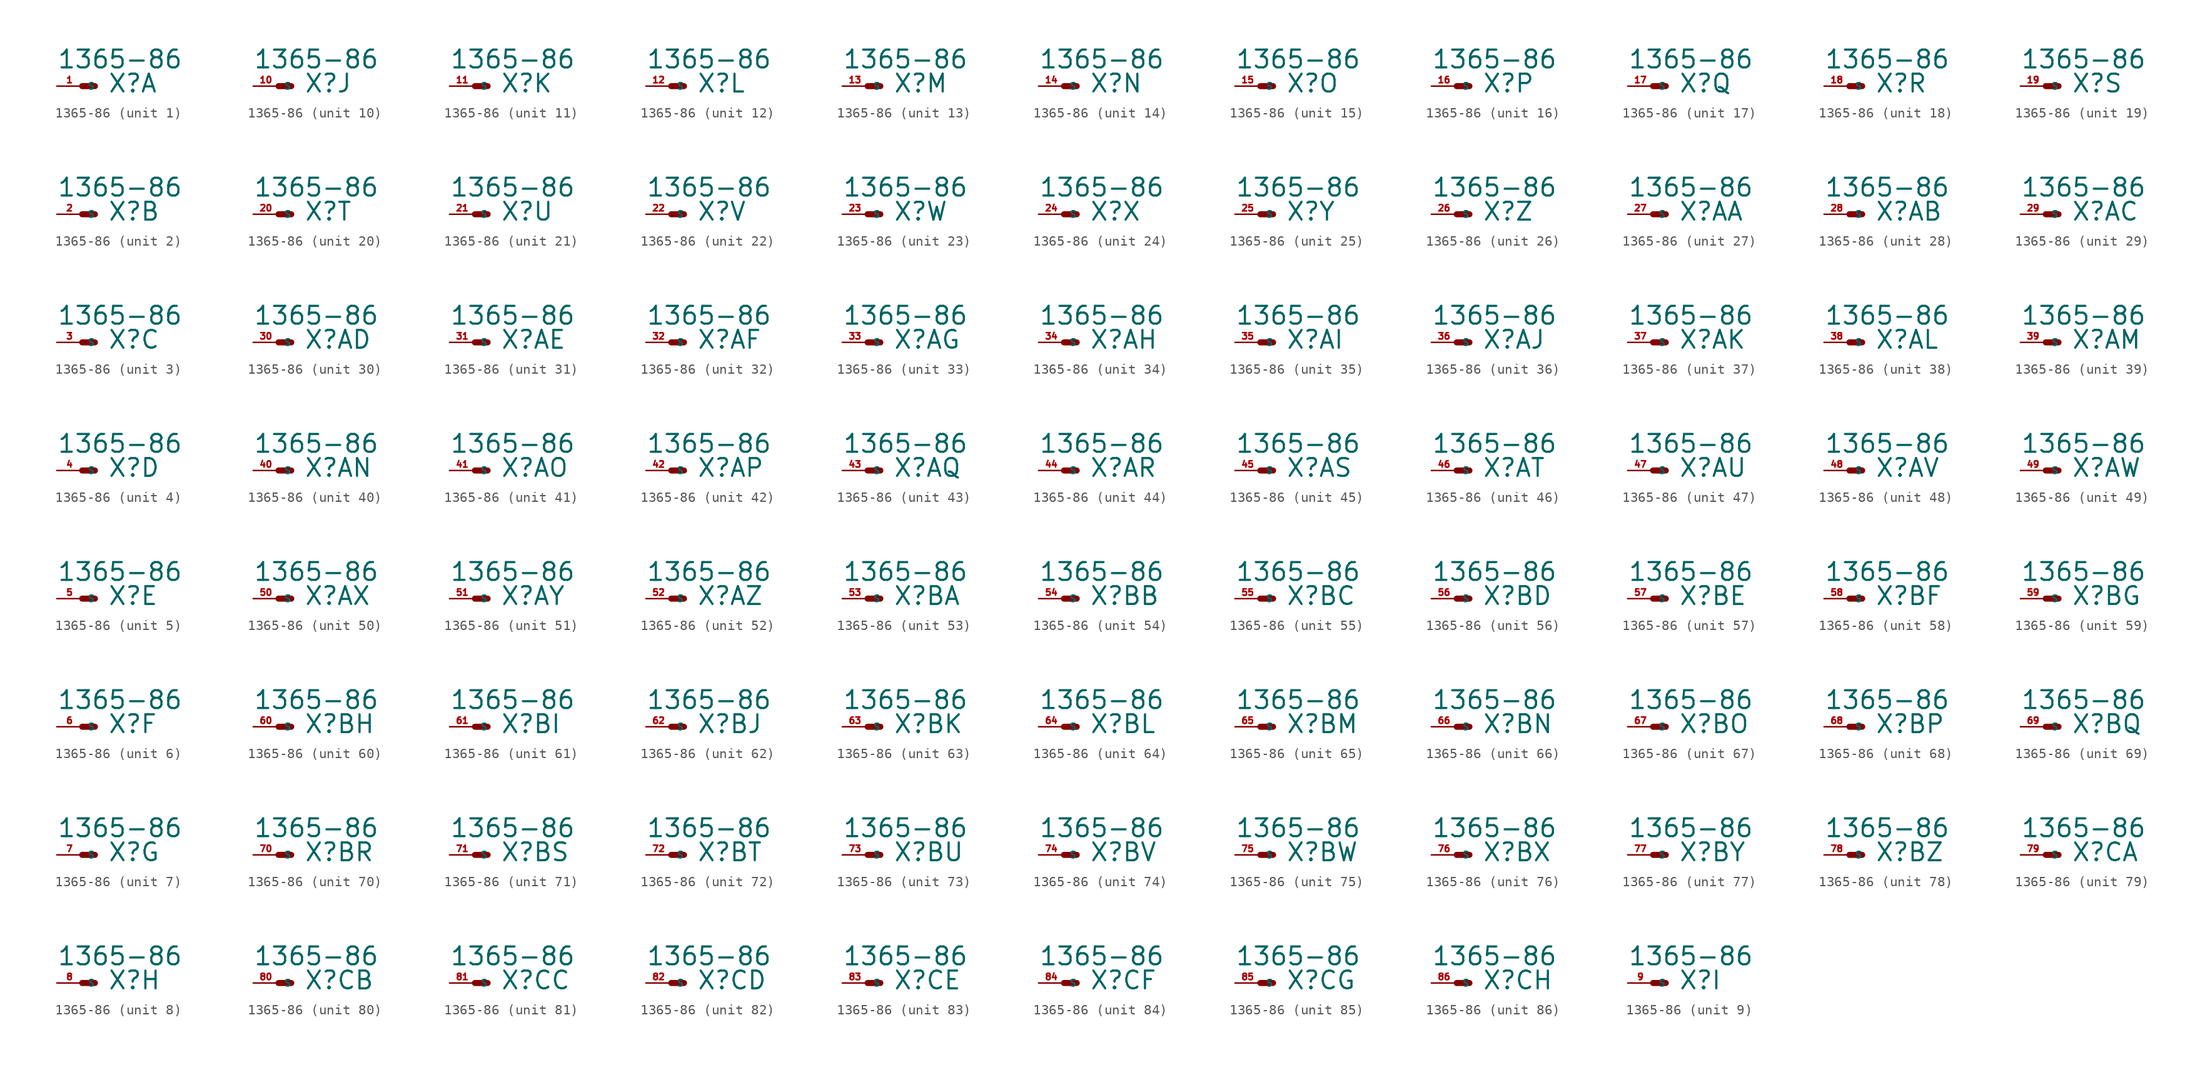
<source format=kicad_sym>
(kicad_symbol_lib
  (version 20220914)
  (generator Eagle2Kicad)
  (symbol "1365-86"
    (property "Reference" "X"
      (at 2.54 -0.762 0)
      (effects (font (size 1.778 1.778) (thickness 0.22)) (justify left bottom)))
    (property "Value" "1365-86"
      (at -2.54 1.651 0)
      (effects (font (size 1.778 1.778) (thickness 0.22)) (justify left bottom)))
    (symbol "1365-86_1_0"
      (polyline (pts (xy 0 0) (xy 1.27 0)) (stroke (width 0.61) (type default)) (fill (type none)))
      (pin passive line (at -2.54 0 0) (length 2.54) (name "S" (effects (font (size 0.635 0.635) (thickness 0.08)) (justify left bottom))) (number "1" (effects (font (size 0.635 0.635) (thickness 0.08)) (justify left bottom)))))
    (symbol "1365-86_2_0"
      (polyline (pts (xy 0 0) (xy 1.27 0)) (stroke (width 0.61) (type default)) (fill (type none)))
      (pin passive line (at -2.54 0 0) (length 2.54) (name "S" (effects (font (size 0.635 0.635) (thickness 0.08)) (justify left bottom))) (number "2" (effects (font (size 0.635 0.635) (thickness 0.08)) (justify left bottom)))))
    (symbol "1365-86_3_0"
      (polyline (pts (xy 0 0) (xy 1.27 0)) (stroke (width 0.61) (type default)) (fill (type none)))
      (pin passive line (at -2.54 0 0) (length 2.54) (name "S" (effects (font (size 0.635 0.635) (thickness 0.08)) (justify left bottom))) (number "3" (effects (font (size 0.635 0.635) (thickness 0.08)) (justify left bottom)))))
    (symbol "1365-86_4_0"
      (polyline (pts (xy 0 0) (xy 1.27 0)) (stroke (width 0.61) (type default)) (fill (type none)))
      (pin passive line (at -2.54 0 0) (length 2.54) (name "S" (effects (font (size 0.635 0.635) (thickness 0.08)) (justify left bottom))) (number "4" (effects (font (size 0.635 0.635) (thickness 0.08)) (justify left bottom)))))
    (symbol "1365-86_5_0"
      (polyline (pts (xy 0 0) (xy 1.27 0)) (stroke (width 0.61) (type default)) (fill (type none)))
      (pin passive line (at -2.54 0 0) (length 2.54) (name "S" (effects (font (size 0.635 0.635) (thickness 0.08)) (justify left bottom))) (number "5" (effects (font (size 0.635 0.635) (thickness 0.08)) (justify left bottom)))))
    (symbol "1365-86_6_0"
      (polyline (pts (xy 0 0) (xy 1.27 0)) (stroke (width 0.61) (type default)) (fill (type none)))
      (pin passive line (at -2.54 0 0) (length 2.54) (name "S" (effects (font (size 0.635 0.635) (thickness 0.08)) (justify left bottom))) (number "6" (effects (font (size 0.635 0.635) (thickness 0.08)) (justify left bottom)))))
    (symbol "1365-86_7_0"
      (polyline (pts (xy 0 0) (xy 1.27 0)) (stroke (width 0.61) (type default)) (fill (type none)))
      (pin passive line (at -2.54 0 0) (length 2.54) (name "S" (effects (font (size 0.635 0.635) (thickness 0.08)) (justify left bottom))) (number "7" (effects (font (size 0.635 0.635) (thickness 0.08)) (justify left bottom)))))
    (symbol "1365-86_8_0"
      (polyline (pts (xy 0 0) (xy 1.27 0)) (stroke (width 0.61) (type default)) (fill (type none)))
      (pin passive line (at -2.54 0 0) (length 2.54) (name "S" (effects (font (size 0.635 0.635) (thickness 0.08)) (justify left bottom))) (number "8" (effects (font (size 0.635 0.635) (thickness 0.08)) (justify left bottom)))))
    (symbol "1365-86_9_0"
      (polyline (pts (xy 0 0) (xy 1.27 0)) (stroke (width 0.61) (type default)) (fill (type none)))
      (pin passive line (at -2.54 0 0) (length 2.54) (name "S" (effects (font (size 0.635 0.635) (thickness 0.08)) (justify left bottom))) (number "9" (effects (font (size 0.635 0.635) (thickness 0.08)) (justify left bottom)))))
    (symbol "1365-86_10_0"
      (polyline (pts (xy 0 0) (xy 1.27 0)) (stroke (width 0.61) (type default)) (fill (type none)))
      (pin passive line (at -2.54 0 0) (length 2.54) (name "S" (effects (font (size 0.635 0.635) (thickness 0.08)) (justify left bottom))) (number "10" (effects (font (size 0.635 0.635) (thickness 0.08)) (justify left bottom)))))
    (symbol "1365-86_11_0"
      (polyline (pts (xy 0 0) (xy 1.27 0)) (stroke (width 0.61) (type default)) (fill (type none)))
      (pin passive line (at -2.54 0 0) (length 2.54) (name "S" (effects (font (size 0.635 0.635) (thickness 0.08)) (justify left bottom))) (number "11" (effects (font (size 0.635 0.635) (thickness 0.08)) (justify left bottom)))))
    (symbol "1365-86_12_0"
      (polyline (pts (xy 0 0) (xy 1.27 0)) (stroke (width 0.61) (type default)) (fill (type none)))
      (pin passive line (at -2.54 0 0) (length 2.54) (name "S" (effects (font (size 0.635 0.635) (thickness 0.08)) (justify left bottom))) (number "12" (effects (font (size 0.635 0.635) (thickness 0.08)) (justify left bottom)))))
    (symbol "1365-86_13_0"
      (polyline (pts (xy 0 0) (xy 1.27 0)) (stroke (width 0.61) (type default)) (fill (type none)))
      (pin passive line (at -2.54 0 0) (length 2.54) (name "S" (effects (font (size 0.635 0.635) (thickness 0.08)) (justify left bottom))) (number "13" (effects (font (size 0.635 0.635) (thickness 0.08)) (justify left bottom)))))
    (symbol "1365-86_14_0"
      (polyline (pts (xy 0 0) (xy 1.27 0)) (stroke (width 0.61) (type default)) (fill (type none)))
      (pin passive line (at -2.54 0 0) (length 2.54) (name "S" (effects (font (size 0.635 0.635) (thickness 0.08)) (justify left bottom))) (number "14" (effects (font (size 0.635 0.635) (thickness 0.08)) (justify left bottom)))))
    (symbol "1365-86_15_0"
      (polyline (pts (xy 0 0) (xy 1.27 0)) (stroke (width 0.61) (type default)) (fill (type none)))
      (pin passive line (at -2.54 0 0) (length 2.54) (name "S" (effects (font (size 0.635 0.635) (thickness 0.08)) (justify left bottom))) (number "15" (effects (font (size 0.635 0.635) (thickness 0.08)) (justify left bottom)))))
    (symbol "1365-86_16_0"
      (polyline (pts (xy 0 0) (xy 1.27 0)) (stroke (width 0.61) (type default)) (fill (type none)))
      (pin passive line (at -2.54 0 0) (length 2.54) (name "S" (effects (font (size 0.635 0.635) (thickness 0.08)) (justify left bottom))) (number "16" (effects (font (size 0.635 0.635) (thickness 0.08)) (justify left bottom)))))
    (symbol "1365-86_17_0"
      (polyline (pts (xy 0 0) (xy 1.27 0)) (stroke (width 0.61) (type default)) (fill (type none)))
      (pin passive line (at -2.54 0 0) (length 2.54) (name "S" (effects (font (size 0.635 0.635) (thickness 0.08)) (justify left bottom))) (number "17" (effects (font (size 0.635 0.635) (thickness 0.08)) (justify left bottom)))))
    (symbol "1365-86_18_0"
      (polyline (pts (xy 0 0) (xy 1.27 0)) (stroke (width 0.61) (type default)) (fill (type none)))
      (pin passive line (at -2.54 0 0) (length 2.54) (name "S" (effects (font (size 0.635 0.635) (thickness 0.08)) (justify left bottom))) (number "18" (effects (font (size 0.635 0.635) (thickness 0.08)) (justify left bottom)))))
    (symbol "1365-86_19_0"
      (polyline (pts (xy 0 0) (xy 1.27 0)) (stroke (width 0.61) (type default)) (fill (type none)))
      (pin passive line (at -2.54 0 0) (length 2.54) (name "S" (effects (font (size 0.635 0.635) (thickness 0.08)) (justify left bottom))) (number "19" (effects (font (size 0.635 0.635) (thickness 0.08)) (justify left bottom)))))
    (symbol "1365-86_20_0"
      (polyline (pts (xy 0 0) (xy 1.27 0)) (stroke (width 0.61) (type default)) (fill (type none)))
      (pin passive line (at -2.54 0 0) (length 2.54) (name "S" (effects (font (size 0.635 0.635) (thickness 0.08)) (justify left bottom))) (number "20" (effects (font (size 0.635 0.635) (thickness 0.08)) (justify left bottom)))))
    (symbol "1365-86_21_0"
      (polyline (pts (xy 0 0) (xy 1.27 0)) (stroke (width 0.61) (type default)) (fill (type none)))
      (pin passive line (at -2.54 0 0) (length 2.54) (name "S" (effects (font (size 0.635 0.635) (thickness 0.08)) (justify left bottom))) (number "21" (effects (font (size 0.635 0.635) (thickness 0.08)) (justify left bottom)))))
    (symbol "1365-86_22_0"
      (polyline (pts (xy 0 0) (xy 1.27 0)) (stroke (width 0.61) (type default)) (fill (type none)))
      (pin passive line (at -2.54 0 0) (length 2.54) (name "S" (effects (font (size 0.635 0.635) (thickness 0.08)) (justify left bottom))) (number "22" (effects (font (size 0.635 0.635) (thickness 0.08)) (justify left bottom)))))
    (symbol "1365-86_23_0"
      (polyline (pts (xy 0 0) (xy 1.27 0)) (stroke (width 0.61) (type default)) (fill (type none)))
      (pin passive line (at -2.54 0 0) (length 2.54) (name "S" (effects (font (size 0.635 0.635) (thickness 0.08)) (justify left bottom))) (number "23" (effects (font (size 0.635 0.635) (thickness 0.08)) (justify left bottom)))))
    (symbol "1365-86_24_0"
      (polyline (pts (xy 0 0) (xy 1.27 0)) (stroke (width 0.61) (type default)) (fill (type none)))
      (pin passive line (at -2.54 0 0) (length 2.54) (name "S" (effects (font (size 0.635 0.635) (thickness 0.08)) (justify left bottom))) (number "24" (effects (font (size 0.635 0.635) (thickness 0.08)) (justify left bottom)))))
    (symbol "1365-86_25_0"
      (polyline (pts (xy 0 0) (xy 1.27 0)) (stroke (width 0.61) (type default)) (fill (type none)))
      (pin passive line (at -2.54 0 0) (length 2.54) (name "S" (effects (font (size 0.635 0.635) (thickness 0.08)) (justify left bottom))) (number "25" (effects (font (size 0.635 0.635) (thickness 0.08)) (justify left bottom)))))
    (symbol "1365-86_26_0"
      (polyline (pts (xy 0 0) (xy 1.27 0)) (stroke (width 0.61) (type default)) (fill (type none)))
      (pin passive line (at -2.54 0 0) (length 2.54) (name "S" (effects (font (size 0.635 0.635) (thickness 0.08)) (justify left bottom))) (number "26" (effects (font (size 0.635 0.635) (thickness 0.08)) (justify left bottom)))))
    (symbol "1365-86_27_0"
      (polyline (pts (xy 0 0) (xy 1.27 0)) (stroke (width 0.61) (type default)) (fill (type none)))
      (pin passive line (at -2.54 0 0) (length 2.54) (name "S" (effects (font (size 0.635 0.635) (thickness 0.08)) (justify left bottom))) (number "27" (effects (font (size 0.635 0.635) (thickness 0.08)) (justify left bottom)))))
    (symbol "1365-86_28_0"
      (polyline (pts (xy 0 0) (xy 1.27 0)) (stroke (width 0.61) (type default)) (fill (type none)))
      (pin passive line (at -2.54 0 0) (length 2.54) (name "S" (effects (font (size 0.635 0.635) (thickness 0.08)) (justify left bottom))) (number "28" (effects (font (size 0.635 0.635) (thickness 0.08)) (justify left bottom)))))
    (symbol "1365-86_29_0"
      (polyline (pts (xy 0 0) (xy 1.27 0)) (stroke (width 0.61) (type default)) (fill (type none)))
      (pin passive line (at -2.54 0 0) (length 2.54) (name "S" (effects (font (size 0.635 0.635) (thickness 0.08)) (justify left bottom))) (number "29" (effects (font (size 0.635 0.635) (thickness 0.08)) (justify left bottom)))))
    (symbol "1365-86_30_0"
      (polyline (pts (xy 0 0) (xy 1.27 0)) (stroke (width 0.61) (type default)) (fill (type none)))
      (pin passive line (at -2.54 0 0) (length 2.54) (name "S" (effects (font (size 0.635 0.635) (thickness 0.08)) (justify left bottom))) (number "30" (effects (font (size 0.635 0.635) (thickness 0.08)) (justify left bottom)))))
    (symbol "1365-86_31_0"
      (polyline (pts (xy 0 0) (xy 1.27 0)) (stroke (width 0.61) (type default)) (fill (type none)))
      (pin passive line (at -2.54 0 0) (length 2.54) (name "S" (effects (font (size 0.635 0.635) (thickness 0.08)) (justify left bottom))) (number "31" (effects (font (size 0.635 0.635) (thickness 0.08)) (justify left bottom)))))
    (symbol "1365-86_32_0"
      (polyline (pts (xy 0 0) (xy 1.27 0)) (stroke (width 0.61) (type default)) (fill (type none)))
      (pin passive line (at -2.54 0 0) (length 2.54) (name "S" (effects (font (size 0.635 0.635) (thickness 0.08)) (justify left bottom))) (number "32" (effects (font (size 0.635 0.635) (thickness 0.08)) (justify left bottom)))))
    (symbol "1365-86_33_0"
      (polyline (pts (xy 0 0) (xy 1.27 0)) (stroke (width 0.61) (type default)) (fill (type none)))
      (pin passive line (at -2.54 0 0) (length 2.54) (name "S" (effects (font (size 0.635 0.635) (thickness 0.08)) (justify left bottom))) (number "33" (effects (font (size 0.635 0.635) (thickness 0.08)) (justify left bottom)))))
    (symbol "1365-86_34_0"
      (polyline (pts (xy 0 0) (xy 1.27 0)) (stroke (width 0.61) (type default)) (fill (type none)))
      (pin passive line (at -2.54 0 0) (length 2.54) (name "S" (effects (font (size 0.635 0.635) (thickness 0.08)) (justify left bottom))) (number "34" (effects (font (size 0.635 0.635) (thickness 0.08)) (justify left bottom)))))
    (symbol "1365-86_35_0"
      (polyline (pts (xy 0 0) (xy 1.27 0)) (stroke (width 0.61) (type default)) (fill (type none)))
      (pin passive line (at -2.54 0 0) (length 2.54) (name "S" (effects (font (size 0.635 0.635) (thickness 0.08)) (justify left bottom))) (number "35" (effects (font (size 0.635 0.635) (thickness 0.08)) (justify left bottom)))))
    (symbol "1365-86_36_0"
      (polyline (pts (xy 0 0) (xy 1.27 0)) (stroke (width 0.61) (type default)) (fill (type none)))
      (pin passive line (at -2.54 0 0) (length 2.54) (name "S" (effects (font (size 0.635 0.635) (thickness 0.08)) (justify left bottom))) (number "36" (effects (font (size 0.635 0.635) (thickness 0.08)) (justify left bottom)))))
    (symbol "1365-86_37_0"
      (polyline (pts (xy 0 0) (xy 1.27 0)) (stroke (width 0.61) (type default)) (fill (type none)))
      (pin passive line (at -2.54 0 0) (length 2.54) (name "S" (effects (font (size 0.635 0.635) (thickness 0.08)) (justify left bottom))) (number "37" (effects (font (size 0.635 0.635) (thickness 0.08)) (justify left bottom)))))
    (symbol "1365-86_38_0"
      (polyline (pts (xy 0 0) (xy 1.27 0)) (stroke (width 0.61) (type default)) (fill (type none)))
      (pin passive line (at -2.54 0 0) (length 2.54) (name "S" (effects (font (size 0.635 0.635) (thickness 0.08)) (justify left bottom))) (number "38" (effects (font (size 0.635 0.635) (thickness 0.08)) (justify left bottom)))))
    (symbol "1365-86_39_0"
      (polyline (pts (xy 0 0) (xy 1.27 0)) (stroke (width 0.61) (type default)) (fill (type none)))
      (pin passive line (at -2.54 0 0) (length 2.54) (name "S" (effects (font (size 0.635 0.635) (thickness 0.08)) (justify left bottom))) (number "39" (effects (font (size 0.635 0.635) (thickness 0.08)) (justify left bottom)))))
    (symbol "1365-86_40_0"
      (polyline (pts (xy 0 0) (xy 1.27 0)) (stroke (width 0.61) (type default)) (fill (type none)))
      (pin passive line (at -2.54 0 0) (length 2.54) (name "S" (effects (font (size 0.635 0.635) (thickness 0.08)) (justify left bottom))) (number "40" (effects (font (size 0.635 0.635) (thickness 0.08)) (justify left bottom)))))
    (symbol "1365-86_41_0"
      (polyline (pts (xy 0 0) (xy 1.27 0)) (stroke (width 0.61) (type default)) (fill (type none)))
      (pin passive line (at -2.54 0 0) (length 2.54) (name "S" (effects (font (size 0.635 0.635) (thickness 0.08)) (justify left bottom))) (number "41" (effects (font (size 0.635 0.635) (thickness 0.08)) (justify left bottom)))))
    (symbol "1365-86_42_0"
      (polyline (pts (xy 0 0) (xy 1.27 0)) (stroke (width 0.61) (type default)) (fill (type none)))
      (pin passive line (at -2.54 0 0) (length 2.54) (name "S" (effects (font (size 0.635 0.635) (thickness 0.08)) (justify left bottom))) (number "42" (effects (font (size 0.635 0.635) (thickness 0.08)) (justify left bottom)))))
    (symbol "1365-86_43_0"
      (polyline (pts (xy 0 0) (xy 1.27 0)) (stroke (width 0.61) (type default)) (fill (type none)))
      (pin passive line (at -2.54 0 0) (length 2.54) (name "S" (effects (font (size 0.635 0.635) (thickness 0.08)) (justify left bottom))) (number "43" (effects (font (size 0.635 0.635) (thickness 0.08)) (justify left bottom)))))
    (symbol "1365-86_44_0"
      (polyline (pts (xy 0 0) (xy 1.27 0)) (stroke (width 0.61) (type default)) (fill (type none)))
      (pin passive line (at -2.54 0 0) (length 2.54) (name "S" (effects (font (size 0.635 0.635) (thickness 0.08)) (justify left bottom))) (number "44" (effects (font (size 0.635 0.635) (thickness 0.08)) (justify left bottom)))))
    (symbol "1365-86_45_0"
      (polyline (pts (xy 0 0) (xy 1.27 0)) (stroke (width 0.61) (type default)) (fill (type none)))
      (pin passive line (at -2.54 0 0) (length 2.54) (name "S" (effects (font (size 0.635 0.635) (thickness 0.08)) (justify left bottom))) (number "45" (effects (font (size 0.635 0.635) (thickness 0.08)) (justify left bottom)))))
    (symbol "1365-86_46_0"
      (polyline (pts (xy 0 0) (xy 1.27 0)) (stroke (width 0.61) (type default)) (fill (type none)))
      (pin passive line (at -2.54 0 0) (length 2.54) (name "S" (effects (font (size 0.635 0.635) (thickness 0.08)) (justify left bottom))) (number "46" (effects (font (size 0.635 0.635) (thickness 0.08)) (justify left bottom)))))
    (symbol "1365-86_47_0"
      (polyline (pts (xy 0 0) (xy 1.27 0)) (stroke (width 0.61) (type default)) (fill (type none)))
      (pin passive line (at -2.54 0 0) (length 2.54) (name "S" (effects (font (size 0.635 0.635) (thickness 0.08)) (justify left bottom))) (number "47" (effects (font (size 0.635 0.635) (thickness 0.08)) (justify left bottom)))))
    (symbol "1365-86_48_0"
      (polyline (pts (xy 0 0) (xy 1.27 0)) (stroke (width 0.61) (type default)) (fill (type none)))
      (pin passive line (at -2.54 0 0) (length 2.54) (name "S" (effects (font (size 0.635 0.635) (thickness 0.08)) (justify left bottom))) (number "48" (effects (font (size 0.635 0.635) (thickness 0.08)) (justify left bottom)))))
    (symbol "1365-86_49_0"
      (polyline (pts (xy 0 0) (xy 1.27 0)) (stroke (width 0.61) (type default)) (fill (type none)))
      (pin passive line (at -2.54 0 0) (length 2.54) (name "S" (effects (font (size 0.635 0.635) (thickness 0.08)) (justify left bottom))) (number "49" (effects (font (size 0.635 0.635) (thickness 0.08)) (justify left bottom)))))
    (symbol "1365-86_50_0"
      (polyline (pts (xy 0 0) (xy 1.27 0)) (stroke (width 0.61) (type default)) (fill (type none)))
      (pin passive line (at -2.54 0 0) (length 2.54) (name "S" (effects (font (size 0.635 0.635) (thickness 0.08)) (justify left bottom))) (number "50" (effects (font (size 0.635 0.635) (thickness 0.08)) (justify left bottom)))))
    (symbol "1365-86_51_0"
      (polyline (pts (xy 0 0) (xy 1.27 0)) (stroke (width 0.61) (type default)) (fill (type none)))
      (pin passive line (at -2.54 0 0) (length 2.54) (name "S" (effects (font (size 0.635 0.635) (thickness 0.08)) (justify left bottom))) (number "51" (effects (font (size 0.635 0.635) (thickness 0.08)) (justify left bottom)))))
    (symbol "1365-86_52_0"
      (polyline (pts (xy 0 0) (xy 1.27 0)) (stroke (width 0.61) (type default)) (fill (type none)))
      (pin passive line (at -2.54 0 0) (length 2.54) (name "S" (effects (font (size 0.635 0.635) (thickness 0.08)) (justify left bottom))) (number "52" (effects (font (size 0.635 0.635) (thickness 0.08)) (justify left bottom)))))
    (symbol "1365-86_53_0"
      (polyline (pts (xy 0 0) (xy 1.27 0)) (stroke (width 0.61) (type default)) (fill (type none)))
      (pin passive line (at -2.54 0 0) (length 2.54) (name "S" (effects (font (size 0.635 0.635) (thickness 0.08)) (justify left bottom))) (number "53" (effects (font (size 0.635 0.635) (thickness 0.08)) (justify left bottom)))))
    (symbol "1365-86_54_0"
      (polyline (pts (xy 0 0) (xy 1.27 0)) (stroke (width 0.61) (type default)) (fill (type none)))
      (pin passive line (at -2.54 0 0) (length 2.54) (name "S" (effects (font (size 0.635 0.635) (thickness 0.08)) (justify left bottom))) (number "54" (effects (font (size 0.635 0.635) (thickness 0.08)) (justify left bottom)))))
    (symbol "1365-86_55_0"
      (polyline (pts (xy 0 0) (xy 1.27 0)) (stroke (width 0.61) (type default)) (fill (type none)))
      (pin passive line (at -2.54 0 0) (length 2.54) (name "S" (effects (font (size 0.635 0.635) (thickness 0.08)) (justify left bottom))) (number "55" (effects (font (size 0.635 0.635) (thickness 0.08)) (justify left bottom)))))
    (symbol "1365-86_56_0"
      (polyline (pts (xy 0 0) (xy 1.27 0)) (stroke (width 0.61) (type default)) (fill (type none)))
      (pin passive line (at -2.54 0 0) (length 2.54) (name "S" (effects (font (size 0.635 0.635) (thickness 0.08)) (justify left bottom))) (number "56" (effects (font (size 0.635 0.635) (thickness 0.08)) (justify left bottom)))))
    (symbol "1365-86_57_0"
      (polyline (pts (xy 0 0) (xy 1.27 0)) (stroke (width 0.61) (type default)) (fill (type none)))
      (pin passive line (at -2.54 0 0) (length 2.54) (name "S" (effects (font (size 0.635 0.635) (thickness 0.08)) (justify left bottom))) (number "57" (effects (font (size 0.635 0.635) (thickness 0.08)) (justify left bottom)))))
    (symbol "1365-86_58_0"
      (polyline (pts (xy 0 0) (xy 1.27 0)) (stroke (width 0.61) (type default)) (fill (type none)))
      (pin passive line (at -2.54 0 0) (length 2.54) (name "S" (effects (font (size 0.635 0.635) (thickness 0.08)) (justify left bottom))) (number "58" (effects (font (size 0.635 0.635) (thickness 0.08)) (justify left bottom)))))
    (symbol "1365-86_59_0"
      (polyline (pts (xy 0 0) (xy 1.27 0)) (stroke (width 0.61) (type default)) (fill (type none)))
      (pin passive line (at -2.54 0 0) (length 2.54) (name "S" (effects (font (size 0.635 0.635) (thickness 0.08)) (justify left bottom))) (number "59" (effects (font (size 0.635 0.635) (thickness 0.08)) (justify left bottom)))))
    (symbol "1365-86_60_0"
      (polyline (pts (xy 0 0) (xy 1.27 0)) (stroke (width 0.61) (type default)) (fill (type none)))
      (pin passive line (at -2.54 0 0) (length 2.54) (name "S" (effects (font (size 0.635 0.635) (thickness 0.08)) (justify left bottom))) (number "60" (effects (font (size 0.635 0.635) (thickness 0.08)) (justify left bottom)))))
    (symbol "1365-86_61_0"
      (polyline (pts (xy 0 0) (xy 1.27 0)) (stroke (width 0.61) (type default)) (fill (type none)))
      (pin passive line (at -2.54 0 0) (length 2.54) (name "S" (effects (font (size 0.635 0.635) (thickness 0.08)) (justify left bottom))) (number "61" (effects (font (size 0.635 0.635) (thickness 0.08)) (justify left bottom)))))
    (symbol "1365-86_62_0"
      (polyline (pts (xy 0 0) (xy 1.27 0)) (stroke (width 0.61) (type default)) (fill (type none)))
      (pin passive line (at -2.54 0 0) (length 2.54) (name "S" (effects (font (size 0.635 0.635) (thickness 0.08)) (justify left bottom))) (number "62" (effects (font (size 0.635 0.635) (thickness 0.08)) (justify left bottom)))))
    (symbol "1365-86_63_0"
      (polyline (pts (xy 0 0) (xy 1.27 0)) (stroke (width 0.61) (type default)) (fill (type none)))
      (pin passive line (at -2.54 0 0) (length 2.54) (name "S" (effects (font (size 0.635 0.635) (thickness 0.08)) (justify left bottom))) (number "63" (effects (font (size 0.635 0.635) (thickness 0.08)) (justify left bottom)))))
    (symbol "1365-86_64_0"
      (polyline (pts (xy 0 0) (xy 1.27 0)) (stroke (width 0.61) (type default)) (fill (type none)))
      (pin passive line (at -2.54 0 0) (length 2.54) (name "S" (effects (font (size 0.635 0.635) (thickness 0.08)) (justify left bottom))) (number "64" (effects (font (size 0.635 0.635) (thickness 0.08)) (justify left bottom)))))
    (symbol "1365-86_65_0"
      (polyline (pts (xy 0 0) (xy 1.27 0)) (stroke (width 0.61) (type default)) (fill (type none)))
      (pin passive line (at -2.54 0 0) (length 2.54) (name "S" (effects (font (size 0.635 0.635) (thickness 0.08)) (justify left bottom))) (number "65" (effects (font (size 0.635 0.635) (thickness 0.08)) (justify left bottom)))))
    (symbol "1365-86_66_0"
      (polyline (pts (xy 0 0) (xy 1.27 0)) (stroke (width 0.61) (type default)) (fill (type none)))
      (pin passive line (at -2.54 0 0) (length 2.54) (name "S" (effects (font (size 0.635 0.635) (thickness 0.08)) (justify left bottom))) (number "66" (effects (font (size 0.635 0.635) (thickness 0.08)) (justify left bottom)))))
    (symbol "1365-86_67_0"
      (polyline (pts (xy 0 0) (xy 1.27 0)) (stroke (width 0.61) (type default)) (fill (type none)))
      (pin passive line (at -2.54 0 0) (length 2.54) (name "S" (effects (font (size 0.635 0.635) (thickness 0.08)) (justify left bottom))) (number "67" (effects (font (size 0.635 0.635) (thickness 0.08)) (justify left bottom)))))
    (symbol "1365-86_68_0"
      (polyline (pts (xy 0 0) (xy 1.27 0)) (stroke (width 0.61) (type default)) (fill (type none)))
      (pin passive line (at -2.54 0 0) (length 2.54) (name "S" (effects (font (size 0.635 0.635) (thickness 0.08)) (justify left bottom))) (number "68" (effects (font (size 0.635 0.635) (thickness 0.08)) (justify left bottom)))))
    (symbol "1365-86_69_0"
      (polyline (pts (xy 0 0) (xy 1.27 0)) (stroke (width 0.61) (type default)) (fill (type none)))
      (pin passive line (at -2.54 0 0) (length 2.54) (name "S" (effects (font (size 0.635 0.635) (thickness 0.08)) (justify left bottom))) (number "69" (effects (font (size 0.635 0.635) (thickness 0.08)) (justify left bottom)))))
    (symbol "1365-86_70_0"
      (polyline (pts (xy 0 0) (xy 1.27 0)) (stroke (width 0.61) (type default)) (fill (type none)))
      (pin passive line (at -2.54 0 0) (length 2.54) (name "S" (effects (font (size 0.635 0.635) (thickness 0.08)) (justify left bottom))) (number "70" (effects (font (size 0.635 0.635) (thickness 0.08)) (justify left bottom)))))
    (symbol "1365-86_71_0"
      (polyline (pts (xy 0 0) (xy 1.27 0)) (stroke (width 0.61) (type default)) (fill (type none)))
      (pin passive line (at -2.54 0 0) (length 2.54) (name "S" (effects (font (size 0.635 0.635) (thickness 0.08)) (justify left bottom))) (number "71" (effects (font (size 0.635 0.635) (thickness 0.08)) (justify left bottom)))))
    (symbol "1365-86_72_0"
      (polyline (pts (xy 0 0) (xy 1.27 0)) (stroke (width 0.61) (type default)) (fill (type none)))
      (pin passive line (at -2.54 0 0) (length 2.54) (name "S" (effects (font (size 0.635 0.635) (thickness 0.08)) (justify left bottom))) (number "72" (effects (font (size 0.635 0.635) (thickness 0.08)) (justify left bottom)))))
    (symbol "1365-86_73_0"
      (polyline (pts (xy 0 0) (xy 1.27 0)) (stroke (width 0.61) (type default)) (fill (type none)))
      (pin passive line (at -2.54 0 0) (length 2.54) (name "S" (effects (font (size 0.635 0.635) (thickness 0.08)) (justify left bottom))) (number "73" (effects (font (size 0.635 0.635) (thickness 0.08)) (justify left bottom)))))
    (symbol "1365-86_74_0"
      (polyline (pts (xy 0 0) (xy 1.27 0)) (stroke (width 0.61) (type default)) (fill (type none)))
      (pin passive line (at -2.54 0 0) (length 2.54) (name "S" (effects (font (size 0.635 0.635) (thickness 0.08)) (justify left bottom))) (number "74" (effects (font (size 0.635 0.635) (thickness 0.08)) (justify left bottom)))))
    (symbol "1365-86_75_0"
      (polyline (pts (xy 0 0) (xy 1.27 0)) (stroke (width 0.61) (type default)) (fill (type none)))
      (pin passive line (at -2.54 0 0) (length 2.54) (name "S" (effects (font (size 0.635 0.635) (thickness 0.08)) (justify left bottom))) (number "75" (effects (font (size 0.635 0.635) (thickness 0.08)) (justify left bottom)))))
    (symbol "1365-86_76_0"
      (polyline (pts (xy 0 0) (xy 1.27 0)) (stroke (width 0.61) (type default)) (fill (type none)))
      (pin passive line (at -2.54 0 0) (length 2.54) (name "S" (effects (font (size 0.635 0.635) (thickness 0.08)) (justify left bottom))) (number "76" (effects (font (size 0.635 0.635) (thickness 0.08)) (justify left bottom)))))
    (symbol "1365-86_77_0"
      (polyline (pts (xy 0 0) (xy 1.27 0)) (stroke (width 0.61) (type default)) (fill (type none)))
      (pin passive line (at -2.54 0 0) (length 2.54) (name "S" (effects (font (size 0.635 0.635) (thickness 0.08)) (justify left bottom))) (number "77" (effects (font (size 0.635 0.635) (thickness 0.08)) (justify left bottom)))))
    (symbol "1365-86_78_0"
      (polyline (pts (xy 0 0) (xy 1.27 0)) (stroke (width 0.61) (type default)) (fill (type none)))
      (pin passive line (at -2.54 0 0) (length 2.54) (name "S" (effects (font (size 0.635 0.635) (thickness 0.08)) (justify left bottom))) (number "78" (effects (font (size 0.635 0.635) (thickness 0.08)) (justify left bottom)))))
    (symbol "1365-86_79_0"
      (polyline (pts (xy 0 0) (xy 1.27 0)) (stroke (width 0.61) (type default)) (fill (type none)))
      (pin passive line (at -2.54 0 0) (length 2.54) (name "S" (effects (font (size 0.635 0.635) (thickness 0.08)) (justify left bottom))) (number "79" (effects (font (size 0.635 0.635) (thickness 0.08)) (justify left bottom)))))
    (symbol "1365-86_80_0"
      (polyline (pts (xy 0 0) (xy 1.27 0)) (stroke (width 0.61) (type default)) (fill (type none)))
      (pin passive line (at -2.54 0 0) (length 2.54) (name "S" (effects (font (size 0.635 0.635) (thickness 0.08)) (justify left bottom))) (number "80" (effects (font (size 0.635 0.635) (thickness 0.08)) (justify left bottom)))))
    (symbol "1365-86_81_0"
      (polyline (pts (xy 0 0) (xy 1.27 0)) (stroke (width 0.61) (type default)) (fill (type none)))
      (pin passive line (at -2.54 0 0) (length 2.54) (name "S" (effects (font (size 0.635 0.635) (thickness 0.08)) (justify left bottom))) (number "81" (effects (font (size 0.635 0.635) (thickness 0.08)) (justify left bottom)))))
    (symbol "1365-86_82_0"
      (polyline (pts (xy 0 0) (xy 1.27 0)) (stroke (width 0.61) (type default)) (fill (type none)))
      (pin passive line (at -2.54 0 0) (length 2.54) (name "S" (effects (font (size 0.635 0.635) (thickness 0.08)) (justify left bottom))) (number "82" (effects (font (size 0.635 0.635) (thickness 0.08)) (justify left bottom)))))
    (symbol "1365-86_83_0"
      (polyline (pts (xy 0 0) (xy 1.27 0)) (stroke (width 0.61) (type default)) (fill (type none)))
      (pin passive line (at -2.54 0 0) (length 2.54) (name "S" (effects (font (size 0.635 0.635) (thickness 0.08)) (justify left bottom))) (number "83" (effects (font (size 0.635 0.635) (thickness 0.08)) (justify left bottom)))))
    (symbol "1365-86_84_0"
      (polyline (pts (xy 0 0) (xy 1.27 0)) (stroke (width 0.61) (type default)) (fill (type none)))
      (pin passive line (at -2.54 0 0) (length 2.54) (name "S" (effects (font (size 0.635 0.635) (thickness 0.08)) (justify left bottom))) (number "84" (effects (font (size 0.635 0.635) (thickness 0.08)) (justify left bottom)))))
    (symbol "1365-86_85_0"
      (polyline (pts (xy 0 0) (xy 1.27 0)) (stroke (width 0.61) (type default)) (fill (type none)))
      (pin passive line (at -2.54 0 0) (length 2.54) (name "S" (effects (font (size 0.635 0.635) (thickness 0.08)) (justify left bottom))) (number "85" (effects (font (size 0.635 0.635) (thickness 0.08)) (justify left bottom)))))
    (symbol "1365-86_86_0"
      (polyline (pts (xy 0 0) (xy 1.27 0)) (stroke (width 0.61) (type default)) (fill (type none)))
      (pin passive line (at -2.54 0 0) (length 2.54) (name "S" (effects (font (size 0.635 0.635) (thickness 0.08)) (justify left bottom))) (number "86" (effects (font (size 0.635 0.635) (thickness 0.08)) (justify left bottom)))))))
</source>
